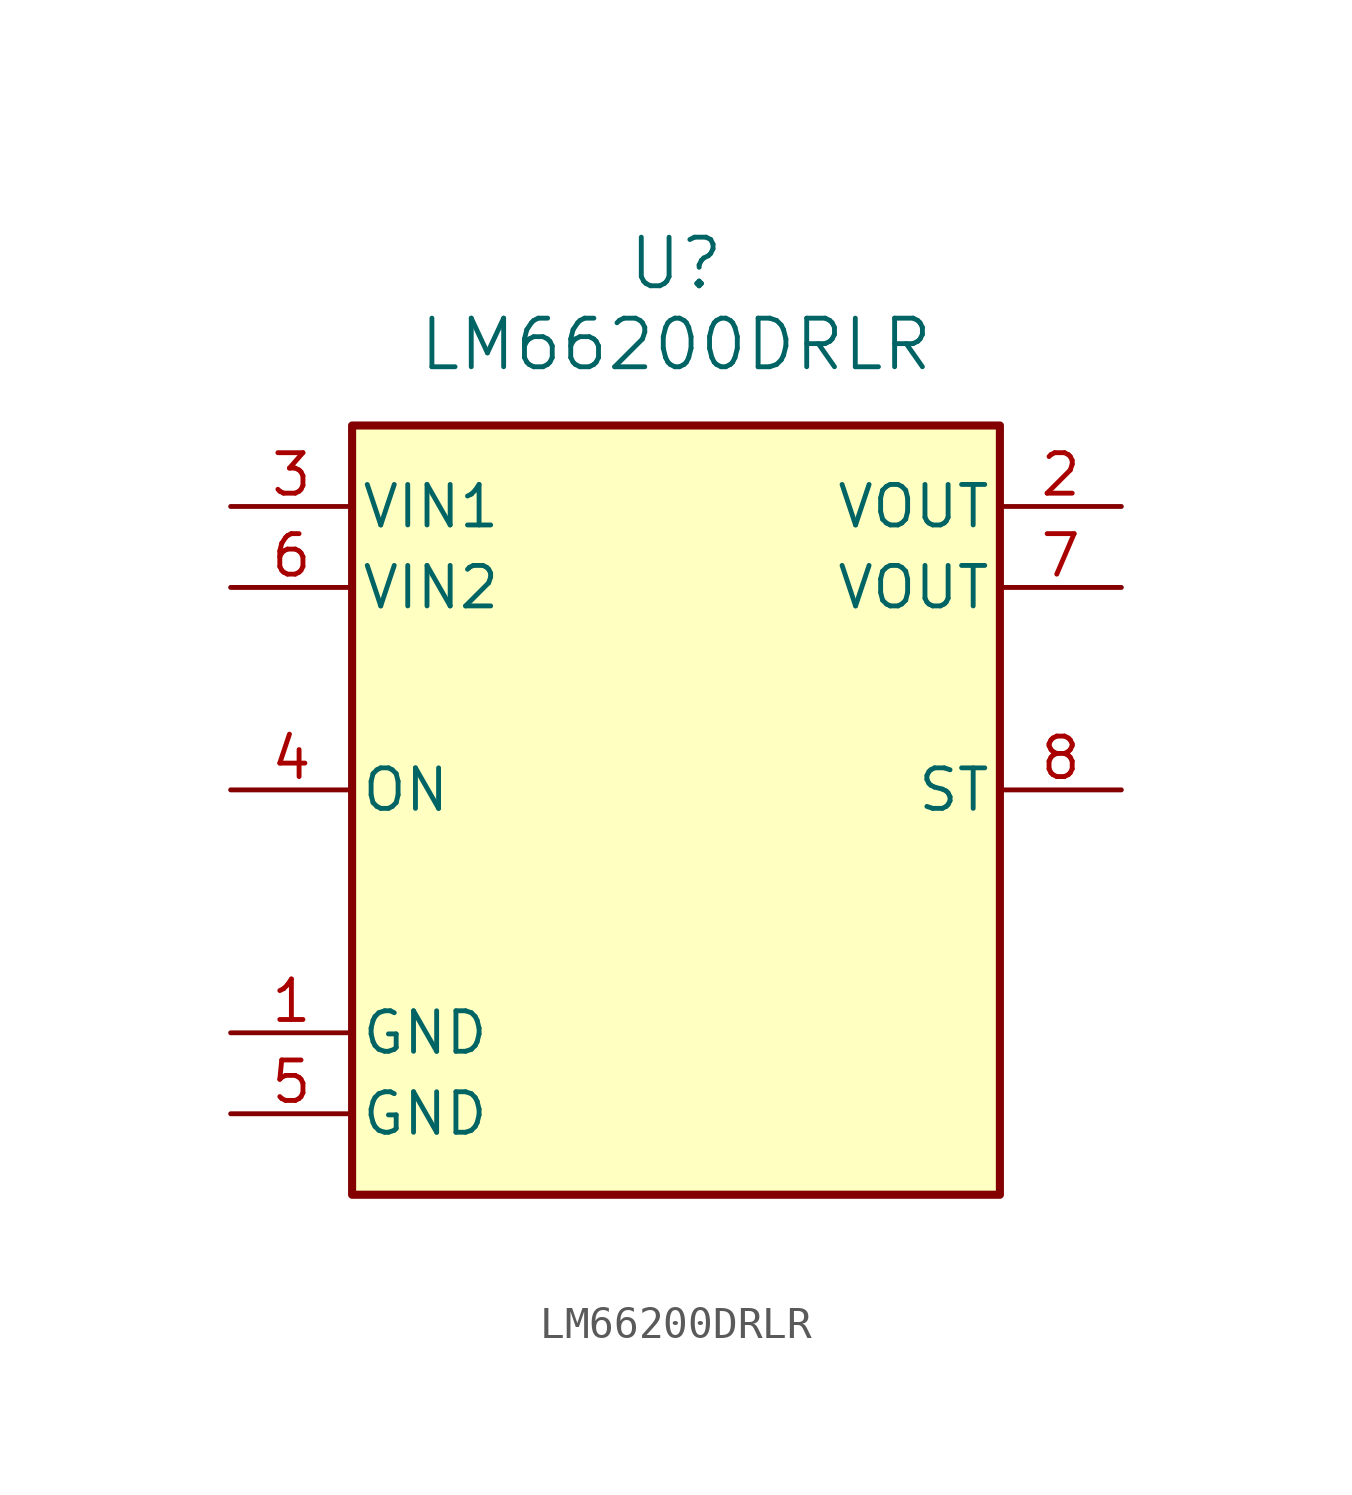
<source format=kicad_sym>
(kicad_symbol_lib
  (version 20231120)
  (generator "kicad_symbol_editor")
  (generator_version "8.0")
  (symbol "LM66200DRLR"
    (pin_names
      (offset 0.254))
    (property "Reference" "U"
      (at 20.32 10.16 0)
      (effects (font (size 1.524 1.524))))
    (property "Value" "LM66200DRLR"
      (at 20.32 7.62 0)
      (effects (font (size 1.524 1.524))))
    (property "ki_locked" ""
      (at 0 0 0)
      (effects (font (size 1.27 1.27))))
    (symbol "LM66200DRLR_1_1"
      (rectangle (start 10.16 5.08) (end 30.48 -19.05) (stroke (width 0.254) (type default)) (fill (type background)))
      (pin passive line (at 6.35 -13.97 0) (length 3.81) (name "GND" (effects (font (size 1.27 1.27)))) (number "1" (effects (font (size 1.27 1.27)))))
      (pin passive line (at 34.29 2.54 180) (length 3.81) (name "VOUT" (effects (font (size 1.27 1.27)))) (number "2" (effects (font (size 1.27 1.27)))))
      (pin input line (at 6.35 2.54 0) (length 3.81) (name "VIN1" (effects (font (size 1.27 1.27)))) (number "3" (effects (font (size 1.27 1.27)))))
      (pin input line (at 6.35 -6.35 0) (length 3.81) (name "ON" (effects (font (size 1.27 1.27)))) (number "4" (effects (font (size 1.27 1.27)))))
      (pin passive line (at 6.35 -16.51 0) (length 3.81) (name "GND" (effects (font (size 1.27 1.27)))) (number "5" (effects (font (size 1.27 1.27)))))
      (pin input line (at 6.35 0 0) (length 3.81) (name "VIN2" (effects (font (size 1.27 1.27)))) (number "6" (effects (font (size 1.27 1.27)))))
      (pin passive line (at 34.29 0 180) (length 3.81) (name "VOUT" (effects (font (size 1.27 1.27)))) (number "7" (effects (font (size 1.27 1.27)))))
      (pin passive line (at 34.29 -6.35 180) (length 3.81) (name "ST" (effects (font (size 1.27 1.27)))) (number "8" (effects (font (size 1.27 1.27))))))))
</source>
